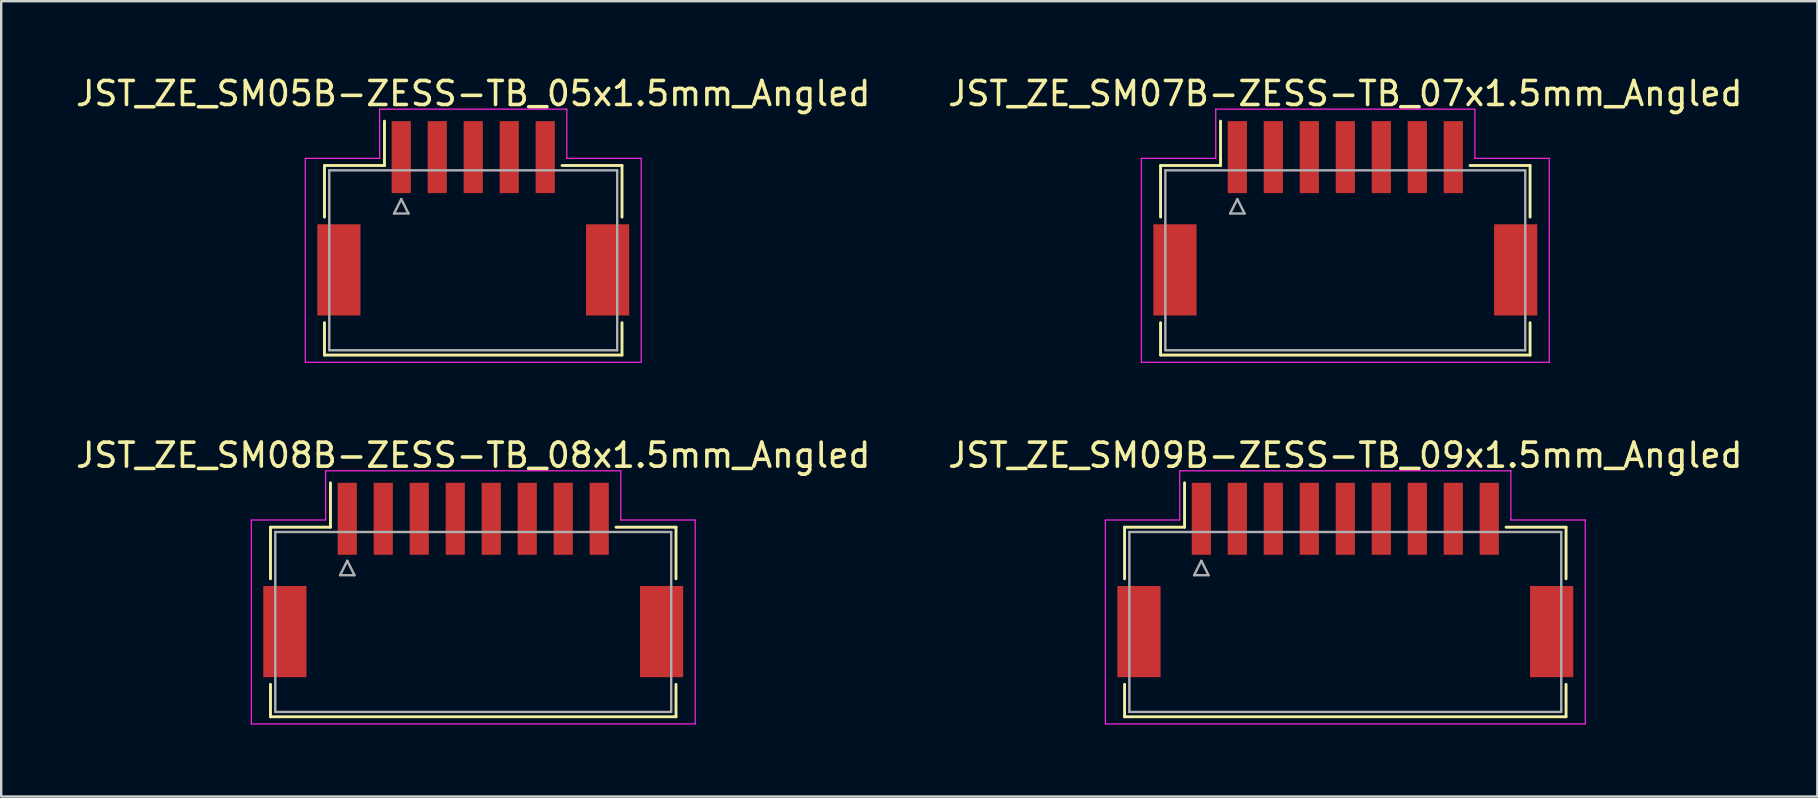
<source format=kicad_pcb>
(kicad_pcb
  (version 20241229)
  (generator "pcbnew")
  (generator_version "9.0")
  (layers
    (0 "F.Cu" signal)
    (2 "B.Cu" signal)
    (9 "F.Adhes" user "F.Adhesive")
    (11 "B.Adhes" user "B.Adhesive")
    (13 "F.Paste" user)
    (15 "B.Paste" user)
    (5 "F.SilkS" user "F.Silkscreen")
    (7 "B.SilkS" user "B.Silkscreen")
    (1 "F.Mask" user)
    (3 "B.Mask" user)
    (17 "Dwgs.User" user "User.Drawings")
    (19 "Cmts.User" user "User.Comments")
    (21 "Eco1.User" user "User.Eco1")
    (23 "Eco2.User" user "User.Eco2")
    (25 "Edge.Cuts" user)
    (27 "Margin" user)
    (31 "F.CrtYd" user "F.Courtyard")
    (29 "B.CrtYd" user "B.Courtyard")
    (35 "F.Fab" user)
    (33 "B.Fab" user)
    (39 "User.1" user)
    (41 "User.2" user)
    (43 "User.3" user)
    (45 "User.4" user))
  (footprint "JST_ZE_SM05B-ZESS-TB_05x1.5mm_Angled"
    (layer "F.Cu")
    (at 16.673 5.848)
    (property "Reference" "JST_ZE_SM05B-ZESS-TB_05x1.5mm_Angled" (at 0 -5 0) (layer "F.SilkS") (effects (font (size 1 1) (thickness 0.15))))
    (attr smd)
    (fp_line (start -6.2 -2) (end -3.7 -2) (stroke (width 0.12) (type solid)) (layer "F.SilkS"))
    (fp_line (start -6.2 0.15) (end -6.2 -2) (stroke (width 0.12) (type solid)) (layer "F.SilkS"))
    (fp_line (start -6.2 4.55) (end -6.2 5.9) (stroke (width 0.12) (type solid)) (layer "F.SilkS"))
    (fp_line (start -6.2 5.9) (end 6.2 5.9) (stroke (width 0.12) (type solid)) (layer "F.SilkS"))
    (fp_line (start -3.7 -2) (end -3.7 -3.85) (stroke (width 0.12) (type solid)) (layer "F.SilkS"))
    (fp_line (start 6.2 -2) (end 3.7 -2) (stroke (width 0.12) (type solid)) (layer "F.SilkS"))
    (fp_line (start 6.2 0.15) (end 6.2 -2) (stroke (width 0.12) (type solid)) (layer "F.SilkS"))
    (fp_line (start 6.2 5.9) (end 6.2 4.55) (stroke (width 0.12) (type solid)) (layer "F.SilkS"))
    (fp_line (start -7 -2.3) (end -7 6.2) (stroke (width 0.05) (type solid)) (layer "F.CrtYd"))
    (fp_line (start -7 6.2) (end 7 6.2) (stroke (width 0.05) (type solid)) (layer "F.CrtYd"))
    (fp_line (start -3.9 -4.35) (end -3.9 -2.3) (stroke (width 0.05) (type solid)) (layer "F.CrtYd"))
    (fp_line (start -3.9 -2.3) (end -7 -2.3) (stroke (width 0.05) (type solid)) (layer "F.CrtYd"))
    (fp_line (start 3.9 -4.35) (end -3.9 -4.35) (stroke (width 0.05) (type solid)) (layer "F.CrtYd"))
    (fp_line (start 3.9 -2.3) (end 3.9 -4.35) (stroke (width 0.05) (type solid)) (layer "F.CrtYd"))
    (fp_line (start 7 -2.3) (end 3.9 -2.3) (stroke (width 0.05) (type solid)) (layer "F.CrtYd"))
    (fp_line (start 7 6.2) (end 7 -2.3) (stroke (width 0.05) (type solid)) (layer "F.CrtYd"))
    (fp_line (start -6 -1.8) (end -6 5.7) (stroke (width 0.1) (type solid)) (layer "F.Fab"))
    (fp_line (start -6 5.7) (end 6 5.7) (stroke (width 0.1) (type solid)) (layer "F.Fab"))
    (fp_line (start -3.3 0) (end -2.7 0) (stroke (width 0.1) (type solid)) (layer "F.Fab"))
    (fp_line (start -3 -0.6) (end -3.3 0) (stroke (width 0.1) (type solid)) (layer "F.Fab"))
    (fp_line (start -2.7 0) (end -3 -0.6) (stroke (width 0.1) (type solid)) (layer "F.Fab"))
    (fp_line (start 6 -1.8) (end -6 -1.8) (stroke (width 0.1) (type solid)) (layer "F.Fab"))
    (fp_line (start 6 5.7) (end 6 -1.8) (stroke (width 0.1) (type solid)) (layer "F.Fab"))
    (pad "" smd rect (at -5.6 2.35) (size 1.8 3.8) (layers "F.Cu" "F.Mask" "F.Paste"))
    (pad "" smd rect (at 5.6 2.35) (size 1.8 3.8) (layers "F.Cu" "F.Mask" "F.Paste"))
    (pad "1" smd rect (at -3 -2.35) (size 0.8 3) (layers "F.Cu" "F.Mask" "F.Paste"))
    (pad "2" smd rect (at -1.5 -2.35) (size 0.8 3) (layers "F.Cu" "F.Mask" "F.Paste"))
    (pad "3" smd rect (at 0 -2.35) (size 0.8 3) (layers "F.Cu" "F.Mask" "F.Paste"))
    (pad "4" smd rect (at 1.5 -2.35) (size 0.8 3) (layers "F.Cu" "F.Mask" "F.Paste"))
    (pad "5" smd rect (at 3 -2.35) (size 0.8 3) (layers "F.Cu" "F.Mask" "F.Paste")))
  (footprint "JST_ZE_SM08B-ZESS-TB_08x1.5mm_Angled"
    (layer "F.Cu")
    (at 16.673 20.922)
    (property "Reference" "JST_ZE_SM08B-ZESS-TB_08x1.5mm_Angled" (at 0 -5 0) (layer "F.SilkS") (effects (font (size 1 1) (thickness 0.15))))
    (attr smd)
    (fp_line (start -8.45 -2) (end -5.95 -2) (stroke (width 0.12) (type solid)) (layer "F.SilkS"))
    (fp_line (start -8.45 0.15) (end -8.45 -2) (stroke (width 0.12) (type solid)) (layer "F.SilkS"))
    (fp_line (start -8.45 4.55) (end -8.45 5.9) (stroke (width 0.12) (type solid)) (layer "F.SilkS"))
    (fp_line (start -8.45 5.9) (end 8.45 5.9) (stroke (width 0.12) (type solid)) (layer "F.SilkS"))
    (fp_line (start -5.95 -2) (end -5.95 -3.85) (stroke (width 0.12) (type solid)) (layer "F.SilkS"))
    (fp_line (start 8.45 -2) (end 5.95 -2) (stroke (width 0.12) (type solid)) (layer "F.SilkS"))
    (fp_line (start 8.45 0.15) (end 8.45 -2) (stroke (width 0.12) (type solid)) (layer "F.SilkS"))
    (fp_line (start 8.45 5.9) (end 8.45 4.55) (stroke (width 0.12) (type solid)) (layer "F.SilkS"))
    (fp_line (start -9.25 -2.3) (end -9.25 6.2) (stroke (width 0.05) (type solid)) (layer "F.CrtYd"))
    (fp_line (start -9.25 6.2) (end 9.25 6.2) (stroke (width 0.05) (type solid)) (layer "F.CrtYd"))
    (fp_line (start -6.15 -4.35) (end -6.15 -2.3) (stroke (width 0.05) (type solid)) (layer "F.CrtYd"))
    (fp_line (start -6.15 -2.3) (end -9.25 -2.3) (stroke (width 0.05) (type solid)) (layer "F.CrtYd"))
    (fp_line (start 6.15 -4.35) (end -6.15 -4.35) (stroke (width 0.05) (type solid)) (layer "F.CrtYd"))
    (fp_line (start 6.15 -2.3) (end 6.15 -4.35) (stroke (width 0.05) (type solid)) (layer "F.CrtYd"))
    (fp_line (start 9.25 -2.3) (end 6.15 -2.3) (stroke (width 0.05) (type solid)) (layer "F.CrtYd"))
    (fp_line (start 9.25 6.2) (end 9.25 -2.3) (stroke (width 0.05) (type solid)) (layer "F.CrtYd"))
    (fp_line (start -8.25 -1.8) (end -8.25 5.7) (stroke (width 0.1) (type solid)) (layer "F.Fab"))
    (fp_line (start -8.25 5.7) (end 8.25 5.7) (stroke (width 0.1) (type solid)) (layer "F.Fab"))
    (fp_line (start -5.55 0) (end -4.95 0) (stroke (width 0.1) (type solid)) (layer "F.Fab"))
    (fp_line (start -5.25 -0.6) (end -5.55 0) (stroke (width 0.1) (type solid)) (layer "F.Fab"))
    (fp_line (start -4.95 0) (end -5.25 -0.6) (stroke (width 0.1) (type solid)) (layer "F.Fab"))
    (fp_line (start 8.25 -1.8) (end -8.25 -1.8) (stroke (width 0.1) (type solid)) (layer "F.Fab"))
    (fp_line (start 8.25 5.7) (end 8.25 -1.8) (stroke (width 0.1) (type solid)) (layer "F.Fab"))
    (pad "" smd rect (at -7.85 2.35) (size 1.8 3.8) (layers "F.Cu" "F.Mask" "F.Paste"))
    (pad "" smd rect (at 7.85 2.35) (size 1.8 3.8) (layers "F.Cu" "F.Mask" "F.Paste"))
    (pad "1" smd rect (at -5.25 -2.35) (size 0.8 3) (layers "F.Cu" "F.Mask" "F.Paste"))
    (pad "2" smd rect (at -3.75 -2.35) (size 0.8 3) (layers "F.Cu" "F.Mask" "F.Paste"))
    (pad "3" smd rect (at -2.25 -2.35) (size 0.8 3) (layers "F.Cu" "F.Mask" "F.Paste"))
    (pad "4" smd rect (at -0.75 -2.35) (size 0.8 3) (layers "F.Cu" "F.Mask" "F.Paste"))
    (pad "5" smd rect (at 0.75 -2.35) (size 0.8 3) (layers "F.Cu" "F.Mask" "F.Paste"))
    (pad "6" smd rect (at 2.25 -2.35) (size 0.8 3) (layers "F.Cu" "F.Mask" "F.Paste"))
    (pad "7" smd rect (at 3.75 -2.35) (size 0.8 3) (layers "F.Cu" "F.Mask" "F.Paste"))
    (pad "8" smd rect (at 5.25 -2.35) (size 0.8 3) (layers "F.Cu" "F.Mask" "F.Paste")))
  (footprint "JST_ZE_SM07B-ZESS-TB_07x1.5mm_Angled"
    (layer "F.Cu")
    (at 53.018 5.848)
    (property "Reference" "JST_ZE_SM07B-ZESS-TB_07x1.5mm_Angled" (at 0 -5 0) (layer "F.SilkS") (effects (font (size 1 1) (thickness 0.15))))
    (attr smd)
    (fp_line (start -7.7 -2) (end -5.2 -2) (stroke (width 0.12) (type solid)) (layer "F.SilkS"))
    (fp_line (start -7.7 0.15) (end -7.7 -2) (stroke (width 0.12) (type solid)) (layer "F.SilkS"))
    (fp_line (start -7.7 4.55) (end -7.7 5.9) (stroke (width 0.12) (type solid)) (layer "F.SilkS"))
    (fp_line (start -7.7 5.9) (end 7.7 5.9) (stroke (width 0.12) (type solid)) (layer "F.SilkS"))
    (fp_line (start -5.2 -2) (end -5.2 -3.85) (stroke (width 0.12) (type solid)) (layer "F.SilkS"))
    (fp_line (start 7.7 -2) (end 5.2 -2) (stroke (width 0.12) (type solid)) (layer "F.SilkS"))
    (fp_line (start 7.7 0.15) (end 7.7 -2) (stroke (width 0.12) (type solid)) (layer "F.SilkS"))
    (fp_line (start 7.7 5.9) (end 7.7 4.55) (stroke (width 0.12) (type solid)) (layer "F.SilkS"))
    (fp_line (start -8.5 -2.3) (end -8.5 6.2) (stroke (width 0.05) (type solid)) (layer "F.CrtYd"))
    (fp_line (start -8.5 6.2) (end 8.5 6.2) (stroke (width 0.05) (type solid)) (layer "F.CrtYd"))
    (fp_line (start -5.4 -4.35) (end -5.4 -2.3) (stroke (width 0.05) (type solid)) (layer "F.CrtYd"))
    (fp_line (start -5.4 -2.3) (end -8.5 -2.3) (stroke (width 0.05) (type solid)) (layer "F.CrtYd"))
    (fp_line (start 5.4 -4.35) (end -5.4 -4.35) (stroke (width 0.05) (type solid)) (layer "F.CrtYd"))
    (fp_line (start 5.4 -2.3) (end 5.4 -4.35) (stroke (width 0.05) (type solid)) (layer "F.CrtYd"))
    (fp_line (start 8.5 -2.3) (end 5.4 -2.3) (stroke (width 0.05) (type solid)) (layer "F.CrtYd"))
    (fp_line (start 8.5 6.2) (end 8.5 -2.3) (stroke (width 0.05) (type solid)) (layer "F.CrtYd"))
    (fp_line (start -7.5 -1.8) (end -7.5 5.7) (stroke (width 0.1) (type solid)) (layer "F.Fab"))
    (fp_line (start -7.5 5.7) (end 7.5 5.7) (stroke (width 0.1) (type solid)) (layer "F.Fab"))
    (fp_line (start -4.8 0) (end -4.2 0) (stroke (width 0.1) (type solid)) (layer "F.Fab"))
    (fp_line (start -4.5 -0.6) (end -4.8 0) (stroke (width 0.1) (type solid)) (layer "F.Fab"))
    (fp_line (start -4.2 0) (end -4.5 -0.6) (stroke (width 0.1) (type solid)) (layer "F.Fab"))
    (fp_line (start 7.5 -1.8) (end -7.5 -1.8) (stroke (width 0.1) (type solid)) (layer "F.Fab"))
    (fp_line (start 7.5 5.7) (end 7.5 -1.8) (stroke (width 0.1) (type solid)) (layer "F.Fab"))
    (pad "" smd rect (at -7.1 2.35) (size 1.8 3.8) (layers "F.Cu" "F.Mask" "F.Paste"))
    (pad "" smd rect (at 7.1 2.35) (size 1.8 3.8) (layers "F.Cu" "F.Mask" "F.Paste"))
    (pad "1" smd rect (at -4.5 -2.35) (size 0.8 3) (layers "F.Cu" "F.Mask" "F.Paste"))
    (pad "2" smd rect (at -3 -2.35) (size 0.8 3) (layers "F.Cu" "F.Mask" "F.Paste"))
    (pad "3" smd rect (at -1.5 -2.35) (size 0.8 3) (layers "F.Cu" "F.Mask" "F.Paste"))
    (pad "4" smd rect (at 0 -2.35) (size 0.8 3) (layers "F.Cu" "F.Mask" "F.Paste"))
    (pad "5" smd rect (at 1.5 -2.35) (size 0.8 3) (layers "F.Cu" "F.Mask" "F.Paste"))
    (pad "6" smd rect (at 3 -2.35) (size 0.8 3) (layers "F.Cu" "F.Mask" "F.Paste"))
    (pad "7" smd rect (at 4.5 -2.35) (size 0.8 3) (layers "F.Cu" "F.Mask" "F.Paste")))
  (footprint "JST_ZE_SM09B-ZESS-TB_09x1.5mm_Angled"
    (layer "F.Cu")
    (at 53.018 20.922)
    (property "Reference" "JST_ZE_SM09B-ZESS-TB_09x1.5mm_Angled" (at 0 -5 0) (layer "F.SilkS") (effects (font (size 1 1) (thickness 0.15))))
    (attr smd)
    (fp_line (start -9.2 -2) (end -6.7 -2) (stroke (width 0.12) (type solid)) (layer "F.SilkS"))
    (fp_line (start -9.2 0.15) (end -9.2 -2) (stroke (width 0.12) (type solid)) (layer "F.SilkS"))
    (fp_line (start -9.2 4.55) (end -9.2 5.9) (stroke (width 0.12) (type solid)) (layer "F.SilkS"))
    (fp_line (start -9.2 5.9) (end 9.2 5.9) (stroke (width 0.12) (type solid)) (layer "F.SilkS"))
    (fp_line (start -6.7 -2) (end -6.7 -3.85) (stroke (width 0.12) (type solid)) (layer "F.SilkS"))
    (fp_line (start 9.2 -2) (end 6.7 -2) (stroke (width 0.12) (type solid)) (layer "F.SilkS"))
    (fp_line (start 9.2 0.15) (end 9.2 -2) (stroke (width 0.12) (type solid)) (layer "F.SilkS"))
    (fp_line (start 9.2 5.9) (end 9.2 4.55) (stroke (width 0.12) (type solid)) (layer "F.SilkS"))
    (fp_line (start -10 -2.3) (end -10 6.2) (stroke (width 0.05) (type solid)) (layer "F.CrtYd"))
    (fp_line (start -10 6.2) (end 10 6.2) (stroke (width 0.05) (type solid)) (layer "F.CrtYd"))
    (fp_line (start -6.9 -4.35) (end -6.9 -2.3) (stroke (width 0.05) (type solid)) (layer "F.CrtYd"))
    (fp_line (start -6.9 -2.3) (end -10 -2.3) (stroke (width 0.05) (type solid)) (layer "F.CrtYd"))
    (fp_line (start 6.9 -4.35) (end -6.9 -4.35) (stroke (width 0.05) (type solid)) (layer "F.CrtYd"))
    (fp_line (start 6.9 -2.3) (end 6.9 -4.35) (stroke (width 0.05) (type solid)) (layer "F.CrtYd"))
    (fp_line (start 10 -2.3) (end 6.9 -2.3) (stroke (width 0.05) (type solid)) (layer "F.CrtYd"))
    (fp_line (start 10 6.2) (end 10 -2.3) (stroke (width 0.05) (type solid)) (layer "F.CrtYd"))
    (fp_line (start -9 -1.8) (end -9 5.7) (stroke (width 0.1) (type solid)) (layer "F.Fab"))
    (fp_line (start -9 5.7) (end 9 5.7) (stroke (width 0.1) (type solid)) (layer "F.Fab"))
    (fp_line (start -6.3 0) (end -5.7 0) (stroke (width 0.1) (type solid)) (layer "F.Fab"))
    (fp_line (start -6 -0.6) (end -6.3 0) (stroke (width 0.1) (type solid)) (layer "F.Fab"))
    (fp_line (start -5.7 0) (end -6 -0.6) (stroke (width 0.1) (type solid)) (layer "F.Fab"))
    (fp_line (start 9 -1.8) (end -9 -1.8) (stroke (width 0.1) (type solid)) (layer "F.Fab"))
    (fp_line (start 9 5.7) (end 9 -1.8) (stroke (width 0.1) (type solid)) (layer "F.Fab"))
    (pad "" smd rect (at -8.6 2.35) (size 1.8 3.8) (layers "F.Cu" "F.Mask" "F.Paste"))
    (pad "" smd rect (at 8.6 2.35) (size 1.8 3.8) (layers "F.Cu" "F.Mask" "F.Paste"))
    (pad "1" smd rect (at -6 -2.35) (size 0.8 3) (layers "F.Cu" "F.Mask" "F.Paste"))
    (pad "2" smd rect (at -4.5 -2.35) (size 0.8 3) (layers "F.Cu" "F.Mask" "F.Paste"))
    (pad "3" smd rect (at -3 -2.35) (size 0.8 3) (layers "F.Cu" "F.Mask" "F.Paste"))
    (pad "4" smd rect (at -1.5 -2.35) (size 0.8 3) (layers "F.Cu" "F.Mask" "F.Paste"))
    (pad "5" smd rect (at 0 -2.35) (size 0.8 3) (layers "F.Cu" "F.Mask" "F.Paste"))
    (pad "6" smd rect (at 1.5 -2.35) (size 0.8 3) (layers "F.Cu" "F.Mask" "F.Paste"))
    (pad "7" smd rect (at 3 -2.35) (size 0.8 3) (layers "F.Cu" "F.Mask" "F.Paste"))
    (pad "8" smd rect (at 4.5 -2.35) (size 0.8 3) (layers "F.Cu" "F.Mask" "F.Paste"))
    (pad "9" smd rect (at 6 -2.35) (size 0.8 3) (layers "F.Cu" "F.Mask" "F.Paste")))
  (gr_rect
    (start -3 -3)
    (end 72.69 30.146)
    (stroke (width 0.1) (type default))
    (fill no)
    (layer "Edge.Cuts")))
</source>
